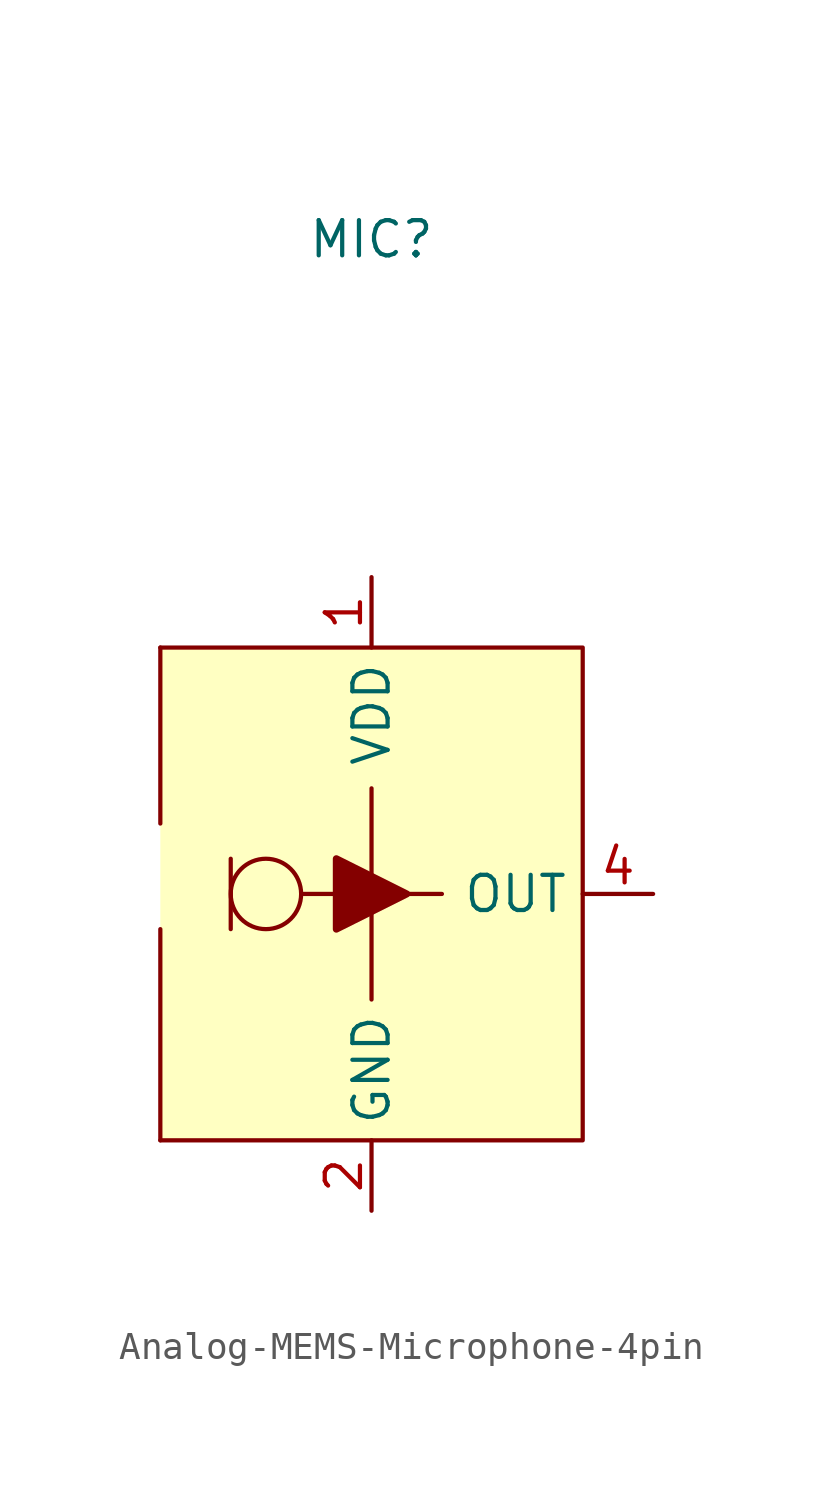
<source format=kicad_sym>
(kicad_symbol_lib
  (version 20231120)
  (generator "kicad_symbol_editor")
  (generator_version "8.0")
  (symbol "Analog-MEMS-Microphone-4pin"
    (property "Reference" "MIC"
      (at 0 23.622 0)
      (effects (font (size 1.27 1.27))))
    (property "Value" ""
      (at 0 0 0)
      (effects (font (size 1.27 1.27))))
    (symbol "Analog-MEMS-Microphone-4pin_1_1"
      (rectangle (start -7.62 -1.27) (end -7.62 -8.89) (stroke (width 0) (type default)) (fill (type none)))
      (rectangle (start -7.62 8.89) (end -7.62 2.54) (stroke (width 0) (type default)) (fill (type none)))
      (rectangle (start -7.62 8.89) (end 7.62 -8.89) (stroke (width -0.0001) (type default)) (fill (type background)))
      (circle (center -3.81 0) (radius 1.27) (stroke (width 0) (type default)) (fill (type none)))
      (polyline (pts (xy -5.08 1.27) (xy -5.08 -1.27)) (stroke (width 0) (type default)) (fill (type none)))
      (polyline (pts (xy -1.27 0) (xy -2.54 0)) (stroke (width 0) (type default)) (fill (type none)))
      (polyline (pts (xy 0 0) (xy 0 -3.81)) (stroke (width 0) (type default)) (fill (type none)))
      (polyline (pts (xy 0 0) (xy 0 3.81)) (stroke (width 0) (type default)) (fill (type none)))
      (polyline (pts (xy 1.27 0) (xy 2.54 0)) (stroke (width 0) (type default)) (fill (type none)))
      (polyline (pts (xy -7.62 8.89) (xy 7.62 8.89) (xy 7.62 -8.89) (xy -7.62 -8.89)) (stroke (width 0) (type default)) (fill (type none)))
      (polyline (pts (xy 1.27 0) (xy -1.27 1.27) (xy -1.27 -1.27) (xy 1.27 0)) (stroke (width 0.254) (type default)) (fill (type outline)))
      (pin power_in line (at 0 11.43 270) (length 2.54) (name "VDD" (effects (font (size 1.27 1.27)))) (number "1" (effects (font (size 1.27 1.27)))))
      (pin power_in line (at 0 -11.43 90) (length 2.54) (name "GND" (effects (font (size 1.27 1.27)))) (number "2" (effects (font (size 1.27 1.27)))))
      (pin bidirectional line (at 0 -11.43 90) (length 2.54) hide (name "GND" (effects (font (size 1.27 1.27)))) (number "3" (effects (font (size 1.27 1.27)))))
      (pin output line (at 10.16 0 180) (length 2.54) (name "OUT" (effects (font (size 1.27 1.27)))) (number "4" (effects (font (size 1.27 1.27))))))))
</source>
